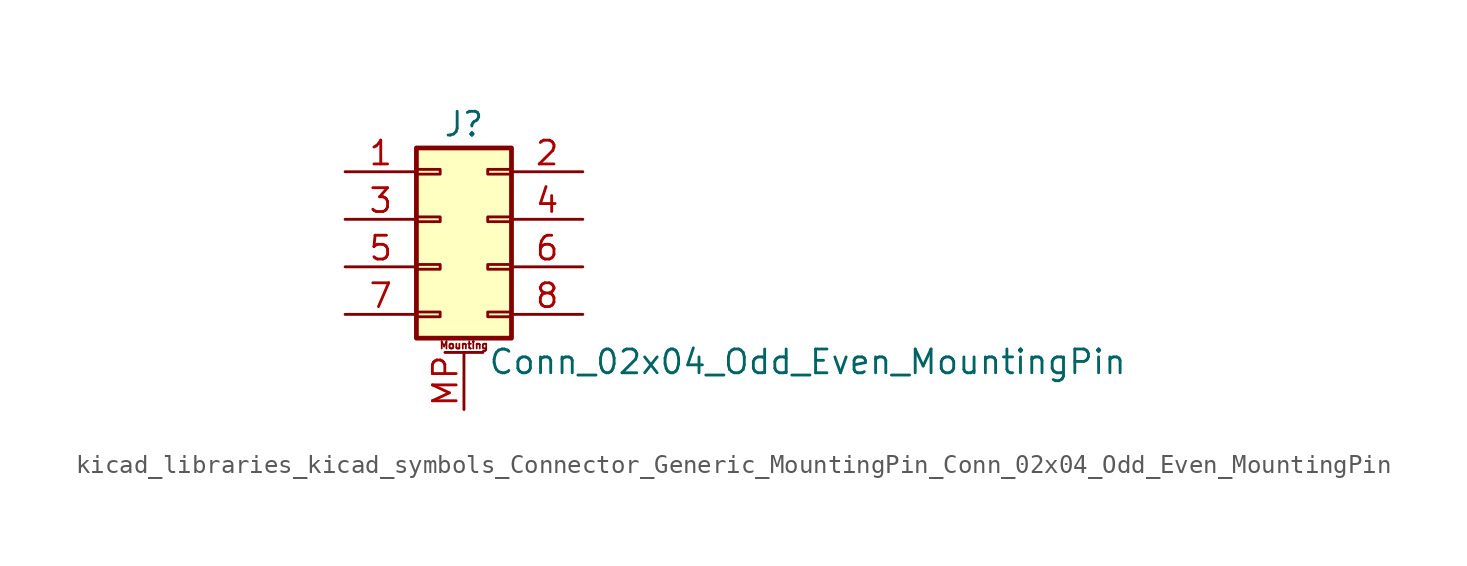
<source format=kicad_sym>
(kicad_symbol_lib
  (version 20220914)
  (generator kicad_symbol_editor)
  (symbol "kicad_libraries_kicad_symbols_Connector_Generic_MountingPin_Conn_02x04_Odd_Even_MountingPin"
    (pin_names
      (offset 1.016) hide)
    (property "Reference" "J"
      (at 1.27 5.08 0)
      (effects (font (size 1.27 1.27))))
    (property "Value" "Conn_02x04_Odd_Even_MountingPin"
      (at 2.54 -7.62 0)
      (effects (font (size 1.27 1.27)) (justify left)))
    (symbol "kicad_libraries_kicad_symbols_Connector_Generic_MountingPin_Conn_02x04_Odd_Even_MountingPin_1_1"
      (rectangle (start -1.27 -4.953) (end 0 -5.207) (stroke (width 0.152) (type default)) (fill (type none)))
      (rectangle (start -1.27 -2.413) (end 0 -2.667) (stroke (width 0.152) (type default)) (fill (type none)))
      (rectangle (start -1.27 0.127) (end 0 -0.127) (stroke (width 0.152) (type default)) (fill (type none)))
      (rectangle (start -1.27 2.667) (end 0 2.413) (stroke (width 0.152) (type default)) (fill (type none)))
      (rectangle (start -1.27 3.81) (end 3.81 -6.35) (stroke (width 0.254) (type default)) (fill (type background)))
      (polyline (pts (xy 0.254 -7.112) (xy 2.286 -7.112)) (stroke (width 0.152) (type default)) (fill (type none)))
      (rectangle (start 3.81 -4.953) (end 2.54 -5.207) (stroke (width 0.152) (type default)) (fill (type none)))
      (rectangle (start 3.81 -2.413) (end 2.54 -2.667) (stroke (width 0.152) (type default)) (fill (type none)))
      (rectangle (start 3.81 0.127) (end 2.54 -0.127) (stroke (width 0.152) (type default)) (fill (type none)))
      (rectangle (start 3.81 2.667) (end 2.54 2.413) (stroke (width 0.152) (type default)) (fill (type none)))
      (text "Mounting" (at 1.27 -6.731 0) (effects (font (size 0.381 0.381))))
      (pin passive line (at -5.08 2.54 0) (length 3.81) (name "Pin_1" (effects (font (size 1.27 1.27)))) (number "1" (effects (font (size 1.27 1.27)))))
      (pin passive line (at 7.62 2.54 180) (length 3.81) (name "Pin_2" (effects (font (size 1.27 1.27)))) (number "2" (effects (font (size 1.27 1.27)))))
      (pin passive line (at -5.08 0 0) (length 3.81) (name "Pin_3" (effects (font (size 1.27 1.27)))) (number "3" (effects (font (size 1.27 1.27)))))
      (pin passive line (at 7.62 0 180) (length 3.81) (name "Pin_4" (effects (font (size 1.27 1.27)))) (number "4" (effects (font (size 1.27 1.27)))))
      (pin passive line (at -5.08 -2.54 0) (length 3.81) (name "Pin_5" (effects (font (size 1.27 1.27)))) (number "5" (effects (font (size 1.27 1.27)))))
      (pin passive line (at 7.62 -2.54 180) (length 3.81) (name "Pin_6" (effects (font (size 1.27 1.27)))) (number "6" (effects (font (size 1.27 1.27)))))
      (pin passive line (at -5.08 -5.08 0) (length 3.81) (name "Pin_7" (effects (font (size 1.27 1.27)))) (number "7" (effects (font (size 1.27 1.27)))))
      (pin passive line (at 7.62 -5.08 180) (length 3.81) (name "Pin_8" (effects (font (size 1.27 1.27)))) (number "8" (effects (font (size 1.27 1.27)))))
      (pin passive line (at 1.27 -10.16 90) (length 3.048) (name "MountPin" (effects (font (size 1.27 1.27)))) (number "MP" (effects (font (size 1.27 1.27))))))))
</source>
